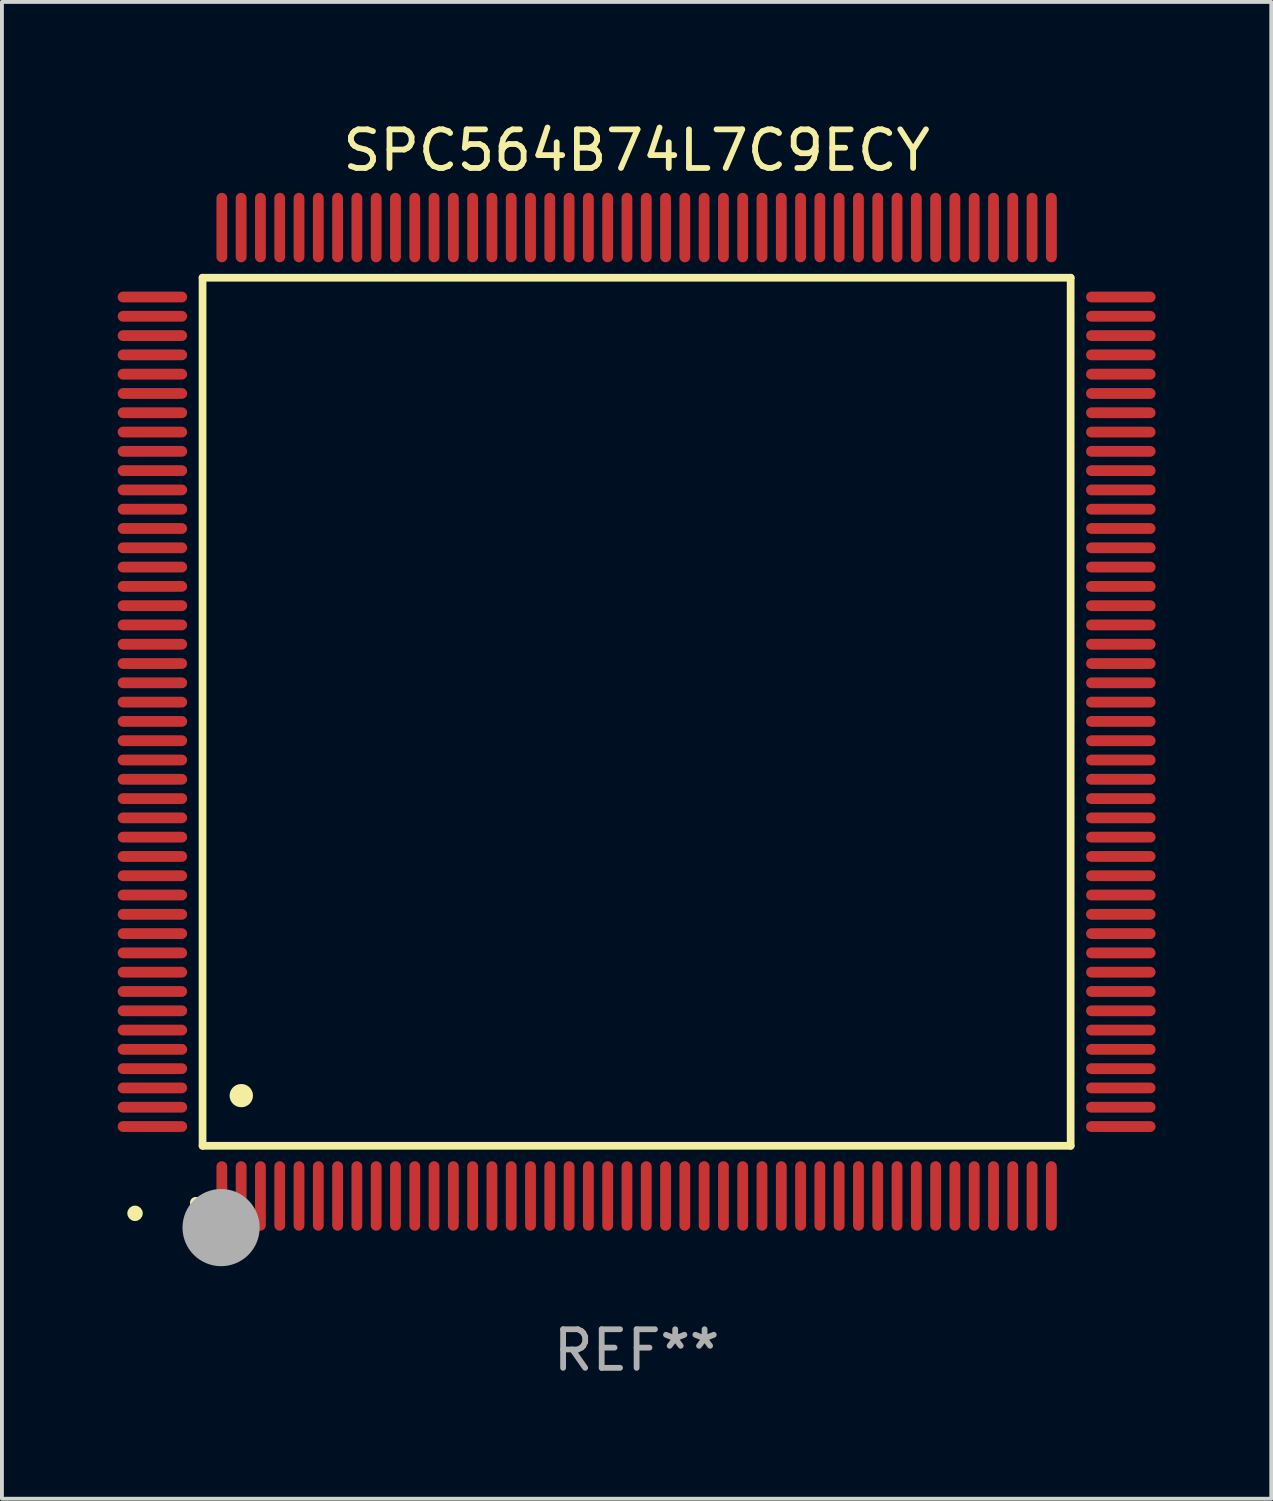
<source format=kicad_pcb>
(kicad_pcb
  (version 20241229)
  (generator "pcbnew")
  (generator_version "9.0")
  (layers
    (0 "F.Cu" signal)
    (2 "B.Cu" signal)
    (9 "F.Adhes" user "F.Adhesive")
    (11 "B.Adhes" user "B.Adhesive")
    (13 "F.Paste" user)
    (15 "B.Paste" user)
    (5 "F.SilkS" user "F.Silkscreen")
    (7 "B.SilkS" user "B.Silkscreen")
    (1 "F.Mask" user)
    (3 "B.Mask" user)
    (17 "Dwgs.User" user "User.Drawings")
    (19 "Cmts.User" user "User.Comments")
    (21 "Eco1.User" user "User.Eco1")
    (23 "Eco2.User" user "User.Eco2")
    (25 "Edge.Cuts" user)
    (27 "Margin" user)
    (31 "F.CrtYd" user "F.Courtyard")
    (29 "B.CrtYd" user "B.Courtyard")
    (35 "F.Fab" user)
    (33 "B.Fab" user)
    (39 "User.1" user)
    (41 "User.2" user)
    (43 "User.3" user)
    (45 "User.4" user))
  (footprint "SPC564B74L7C9ECY"
    (layer "F.Cu")
    (at 13.45 15.398)
    (property "Reference" "SPC564B74L7C9ECY" (at 0 -14.55 0) (layer "F.SilkS") (effects (font (size 1 1) (thickness 0.15))))
    (attr through_hole)
    (fp_line (start -11.25 -11.25) (end 11.25 -11.25) (stroke (width 0.2) (type solid)) (layer "F.SilkS"))
    (fp_line (start -11.25 11.25) (end -11.25 -11.25) (stroke (width 0.2) (type solid)) (layer "F.SilkS"))
    (fp_line (start 11.25 -11.25) (end 11.25 11.25) (stroke (width 0.2) (type solid)) (layer "F.SilkS"))
    (fp_line (start 11.25 11.25) (end -11.25 11.25) (stroke (width 0.2) (type solid)) (layer "F.SilkS"))
    (fp_arc (start -11.424943 12.725425) (mid -11.423673 12.72542) (end -11.422403 12.725425) (stroke (width 0.3) (type solid)) (layer "F.SilkS"))
    (fp_arc (start -10.24892 9.9492) (mid -10.24638 9.949189) (end -10.24384 9.9492) (stroke (width 0.6) (type solid)) (layer "F.SilkS"))
    (fp_circle (center -13 13) (end -12.9 13) (stroke (width 0.2) (type solid)) (fill no) (layer "F.SilkS"))
    (fp_circle (center -10.77 13.37) (end -10.27 13.37) (stroke (width 1) (type solid)) (fill no) (layer "F.Fab"))
    (fp_text user "REF**" (at 0 16.55 0) (layer "F.Fab") (effects (font (size 1 1) (thickness 0.15))))
    (pad "1" smd oval (at -10.75 12.55) (size 0.28 1.8) (layers "F.Cu" "F.Mask" "F.Paste"))
    (pad "2" smd oval (at -10.25 12.55) (size 0.28 1.8) (layers "F.Cu" "F.Mask" "F.Paste"))
    (pad "3" smd oval (at -9.75 12.55) (size 0.28 1.8) (layers "F.Cu" "F.Mask" "F.Paste"))
    (pad "4" smd oval (at -9.25 12.55) (size 0.28 1.8) (layers "F.Cu" "F.Mask" "F.Paste"))
    (pad "5" smd oval (at -8.75 12.55) (size 0.28 1.8) (layers "F.Cu" "F.Mask" "F.Paste"))
    (pad "6" smd oval (at -8.25 12.55) (size 0.28 1.8) (layers "F.Cu" "F.Mask" "F.Paste"))
    (pad "7" smd oval (at -7.75 12.55) (size 0.28 1.8) (layers "F.Cu" "F.Mask" "F.Paste"))
    (pad "8" smd oval (at -7.25 12.55) (size 0.28 1.8) (layers "F.Cu" "F.Mask" "F.Paste"))
    (pad "9" smd oval (at -6.75 12.55) (size 0.28 1.8) (layers "F.Cu" "F.Mask" "F.Paste"))
    (pad "10" smd oval (at -6.25 12.55) (size 0.28 1.8) (layers "F.Cu" "F.Mask" "F.Paste"))
    (pad "11" smd oval (at -5.75 12.55) (size 0.28 1.8) (layers "F.Cu" "F.Mask" "F.Paste"))
    (pad "12" smd oval (at -5.25 12.55) (size 0.28 1.8) (layers "F.Cu" "F.Mask" "F.Paste"))
    (pad "13" smd oval (at -4.75 12.55) (size 0.28 1.8) (layers "F.Cu" "F.Mask" "F.Paste"))
    (pad "14" smd oval (at -4.25 12.55) (size 0.28 1.8) (layers "F.Cu" "F.Mask" "F.Paste"))
    (pad "15" smd oval (at -3.75 12.55) (size 0.28 1.8) (layers "F.Cu" "F.Mask" "F.Paste"))
    (pad "16" smd oval (at -3.25 12.55) (size 0.28 1.8) (layers "F.Cu" "F.Mask" "F.Paste"))
    (pad "17" smd oval (at -2.75 12.55) (size 0.28 1.8) (layers "F.Cu" "F.Mask" "F.Paste"))
    (pad "18" smd oval (at -2.25 12.55) (size 0.28 1.8) (layers "F.Cu" "F.Mask" "F.Paste"))
    (pad "19" smd oval (at -1.75 12.55) (size 0.28 1.8) (layers "F.Cu" "F.Mask" "F.Paste"))
    (pad "20" smd oval (at -1.25 12.55) (size 0.28 1.8) (layers "F.Cu" "F.Mask" "F.Paste"))
    (pad "21" smd oval (at -0.75 12.55) (size 0.28 1.8) (layers "F.Cu" "F.Mask" "F.Paste"))
    (pad "22" smd oval (at -0.25 12.55) (size 0.28 1.8) (layers "F.Cu" "F.Mask" "F.Paste"))
    (pad "23" smd oval (at 0.25 12.55) (size 0.28 1.8) (layers "F.Cu" "F.Mask" "F.Paste"))
    (pad "24" smd oval (at 0.75 12.55) (size 0.28 1.8) (layers "F.Cu" "F.Mask" "F.Paste"))
    (pad "25" smd oval (at 1.25 12.55) (size 0.28 1.8) (layers "F.Cu" "F.Mask" "F.Paste"))
    (pad "26" smd oval (at 1.75 12.55) (size 0.28 1.8) (layers "F.Cu" "F.Mask" "F.Paste"))
    (pad "27" smd oval (at 2.25 12.55) (size 0.28 1.8) (layers "F.Cu" "F.Mask" "F.Paste"))
    (pad "28" smd oval (at 2.75 12.55) (size 0.28 1.8) (layers "F.Cu" "F.Mask" "F.Paste"))
    (pad "29" smd oval (at 3.25 12.55) (size 0.28 1.8) (layers "F.Cu" "F.Mask" "F.Paste"))
    (pad "30" smd oval (at 3.75 12.55) (size 0.28 1.8) (layers "F.Cu" "F.Mask" "F.Paste"))
    (pad "31" smd oval (at 4.25 12.55) (size 0.28 1.8) (layers "F.Cu" "F.Mask" "F.Paste"))
    (pad "32" smd oval (at 4.75 12.55) (size 0.28 1.8) (layers "F.Cu" "F.Mask" "F.Paste"))
    (pad "33" smd oval (at 5.25 12.55) (size 0.28 1.8) (layers "F.Cu" "F.Mask" "F.Paste"))
    (pad "34" smd oval (at 5.75 12.55) (size 0.28 1.8) (layers "F.Cu" "F.Mask" "F.Paste"))
    (pad "35" smd oval (at 6.25 12.55) (size 0.28 1.8) (layers "F.Cu" "F.Mask" "F.Paste"))
    (pad "36" smd oval (at 6.75 12.55) (size 0.28 1.8) (layers "F.Cu" "F.Mask" "F.Paste"))
    (pad "37" smd oval (at 7.25 12.55) (size 0.28 1.8) (layers "F.Cu" "F.Mask" "F.Paste"))
    (pad "38" smd oval (at 7.75 12.55) (size 0.28 1.8) (layers "F.Cu" "F.Mask" "F.Paste"))
    (pad "39" smd oval (at 8.25 12.55) (size 0.28 1.8) (layers "F.Cu" "F.Mask" "F.Paste"))
    (pad "40" smd oval (at 8.75 12.55) (size 0.28 1.8) (layers "F.Cu" "F.Mask" "F.Paste"))
    (pad "41" smd oval (at 9.25 12.55) (size 0.28 1.8) (layers "F.Cu" "F.Mask" "F.Paste"))
    (pad "42" smd oval (at 9.75 12.55) (size 0.28 1.8) (layers "F.Cu" "F.Mask" "F.Paste"))
    (pad "43" smd oval (at 10.25 12.55) (size 0.28 1.8) (layers "F.Cu" "F.Mask" "F.Paste"))
    (pad "44" smd oval (at 10.75 12.55) (size 0.28 1.8) (layers "F.Cu" "F.Mask" "F.Paste"))
    (pad "45" smd oval (at 12.55 10.75) (size 1.8 0.28) (layers "F.Cu" "F.Mask" "F.Paste"))
    (pad "46" smd oval (at 12.55 10.25) (size 1.8 0.28) (layers "F.Cu" "F.Mask" "F.Paste"))
    (pad "47" smd oval (at 12.55 9.75) (size 1.8 0.28) (layers "F.Cu" "F.Mask" "F.Paste"))
    (pad "48" smd oval (at 12.55 9.25) (size 1.8 0.28) (layers "F.Cu" "F.Mask" "F.Paste"))
    (pad "49" smd oval (at 12.55 8.75) (size 1.8 0.28) (layers "F.Cu" "F.Mask" "F.Paste"))
    (pad "50" smd oval (at 12.55 8.25) (size 1.8 0.28) (layers "F.Cu" "F.Mask" "F.Paste"))
    (pad "51" smd oval (at 12.55 7.75) (size 1.8 0.28) (layers "F.Cu" "F.Mask" "F.Paste"))
    (pad "52" smd oval (at 12.55 7.25) (size 1.8 0.28) (layers "F.Cu" "F.Mask" "F.Paste"))
    (pad "53" smd oval (at 12.55 6.75) (size 1.8 0.28) (layers "F.Cu" "F.Mask" "F.Paste"))
    (pad "54" smd oval (at 12.55 6.25) (size 1.8 0.28) (layers "F.Cu" "F.Mask" "F.Paste"))
    (pad "55" smd oval (at 12.55 5.75) (size 1.8 0.28) (layers "F.Cu" "F.Mask" "F.Paste"))
    (pad "56" smd oval (at 12.55 5.25) (size 1.8 0.28) (layers "F.Cu" "F.Mask" "F.Paste"))
    (pad "57" smd oval (at 12.55 4.75) (size 1.8 0.28) (layers "F.Cu" "F.Mask" "F.Paste"))
    (pad "58" smd oval (at 12.55 4.25) (size 1.8 0.28) (layers "F.Cu" "F.Mask" "F.Paste"))
    (pad "59" smd oval (at 12.55 3.75) (size 1.8 0.28) (layers "F.Cu" "F.Mask" "F.Paste"))
    (pad "60" smd oval (at 12.55 3.25) (size 1.8 0.28) (layers "F.Cu" "F.Mask" "F.Paste"))
    (pad "61" smd oval (at 12.55 2.75) (size 1.8 0.28) (layers "F.Cu" "F.Mask" "F.Paste"))
    (pad "62" smd oval (at 12.55 2.25) (size 1.8 0.28) (layers "F.Cu" "F.Mask" "F.Paste"))
    (pad "63" smd oval (at 12.55 1.75) (size 1.8 0.28) (layers "F.Cu" "F.Mask" "F.Paste"))
    (pad "64" smd oval (at 12.55 1.25) (size 1.8 0.28) (layers "F.Cu" "F.Mask" "F.Paste"))
    (pad "65" smd oval (at 12.55 0.75) (size 1.8 0.28) (layers "F.Cu" "F.Mask" "F.Paste"))
    (pad "66" smd oval (at 12.55 0.25) (size 1.8 0.28) (layers "F.Cu" "F.Mask" "F.Paste"))
    (pad "67" smd oval (at 12.55 -0.25) (size 1.8 0.28) (layers "F.Cu" "F.Mask" "F.Paste"))
    (pad "68" smd oval (at 12.55 -0.75) (size 1.8 0.28) (layers "F.Cu" "F.Mask" "F.Paste"))
    (pad "69" smd oval (at 12.55 -1.25) (size 1.8 0.28) (layers "F.Cu" "F.Mask" "F.Paste"))
    (pad "70" smd oval (at 12.55 -1.75) (size 1.8 0.28) (layers "F.Cu" "F.Mask" "F.Paste"))
    (pad "71" smd oval (at 12.55 -2.25) (size 1.8 0.28) (layers "F.Cu" "F.Mask" "F.Paste"))
    (pad "72" smd oval (at 12.55 -2.75) (size 1.8 0.28) (layers "F.Cu" "F.Mask" "F.Paste"))
    (pad "73" smd oval (at 12.55 -3.25) (size 1.8 0.28) (layers "F.Cu" "F.Mask" "F.Paste"))
    (pad "74" smd oval (at 12.55 -3.75) (size 1.8 0.28) (layers "F.Cu" "F.Mask" "F.Paste"))
    (pad "75" smd oval (at 12.55 -4.25) (size 1.8 0.28) (layers "F.Cu" "F.Mask" "F.Paste"))
    (pad "76" smd oval (at 12.55 -4.75) (size 1.8 0.28) (layers "F.Cu" "F.Mask" "F.Paste"))
    (pad "77" smd oval (at 12.55 -5.25) (size 1.8 0.28) (layers "F.Cu" "F.Mask" "F.Paste"))
    (pad "78" smd oval (at 12.55 -5.75) (size 1.8 0.28) (layers "F.Cu" "F.Mask" "F.Paste"))
    (pad "79" smd oval (at 12.55 -6.25) (size 1.8 0.28) (layers "F.Cu" "F.Mask" "F.Paste"))
    (pad "80" smd oval (at 12.55 -6.75) (size 1.8 0.28) (layers "F.Cu" "F.Mask" "F.Paste"))
    (pad "81" smd oval (at 12.55 -7.25) (size 1.8 0.28) (layers "F.Cu" "F.Mask" "F.Paste"))
    (pad "82" smd oval (at 12.55 -7.75) (size 1.8 0.28) (layers "F.Cu" "F.Mask" "F.Paste"))
    (pad "83" smd oval (at 12.55 -8.25) (size 1.8 0.28) (layers "F.Cu" "F.Mask" "F.Paste"))
    (pad "84" smd oval (at 12.55 -8.75) (size 1.8 0.28) (layers "F.Cu" "F.Mask" "F.Paste"))
    (pad "85" smd oval (at 12.55 -9.25) (size 1.8 0.28) (layers "F.Cu" "F.Mask" "F.Paste"))
    (pad "86" smd oval (at 12.55 -9.75) (size 1.8 0.28) (layers "F.Cu" "F.Mask" "F.Paste"))
    (pad "87" smd oval (at 12.55 -10.25) (size 1.8 0.28) (layers "F.Cu" "F.Mask" "F.Paste"))
    (pad "88" smd oval (at 12.55 -10.75) (size 1.8 0.28) (layers "F.Cu" "F.Mask" "F.Paste"))
    (pad "89" smd oval (at 10.75 -12.55) (size 0.28 1.8) (layers "F.Cu" "F.Mask" "F.Paste"))
    (pad "90" smd oval (at 10.25 -12.55) (size 0.28 1.8) (layers "F.Cu" "F.Mask" "F.Paste"))
    (pad "91" smd oval (at 9.75 -12.55) (size 0.28 1.8) (layers "F.Cu" "F.Mask" "F.Paste"))
    (pad "92" smd oval (at 9.25 -12.55) (size 0.28 1.8) (layers "F.Cu" "F.Mask" "F.Paste"))
    (pad "93" smd oval (at 8.75 -12.55) (size 0.28 1.8) (layers "F.Cu" "F.Mask" "F.Paste"))
    (pad "94" smd oval (at 8.25 -12.55) (size 0.28 1.8) (layers "F.Cu" "F.Mask" "F.Paste"))
    (pad "95" smd oval (at 7.75 -12.55) (size 0.28 1.8) (layers "F.Cu" "F.Mask" "F.Paste"))
    (pad "96" smd oval (at 7.25 -12.55) (size 0.28 1.8) (layers "F.Cu" "F.Mask" "F.Paste"))
    (pad "97" smd oval (at 6.75 -12.55) (size 0.28 1.8) (layers "F.Cu" "F.Mask" "F.Paste"))
    (pad "98" smd oval (at 6.25 -12.55) (size 0.28 1.8) (layers "F.Cu" "F.Mask" "F.Paste"))
    (pad "99" smd oval (at 5.75 -12.55) (size 0.28 1.8) (layers "F.Cu" "F.Mask" "F.Paste"))
    (pad "100" smd oval (at 5.25 -12.55) (size 0.28 1.8) (layers "F.Cu" "F.Mask" "F.Paste"))
    (pad "101" smd oval (at 4.75 -12.55) (size 0.28 1.8) (layers "F.Cu" "F.Mask" "F.Paste"))
    (pad "102" smd oval (at 4.25 -12.55) (size 0.28 1.8) (layers "F.Cu" "F.Mask" "F.Paste"))
    (pad "103" smd oval (at 3.75 -12.55) (size 0.28 1.8) (layers "F.Cu" "F.Mask" "F.Paste"))
    (pad "104" smd oval (at 3.25 -12.55) (size 0.28 1.8) (layers "F.Cu" "F.Mask" "F.Paste"))
    (pad "105" smd oval (at 2.75 -12.55) (size 0.28 1.8) (layers "F.Cu" "F.Mask" "F.Paste"))
    (pad "106" smd oval (at 2.25 -12.55) (size 0.28 1.8) (layers "F.Cu" "F.Mask" "F.Paste"))
    (pad "107" smd oval (at 1.75 -12.55) (size 0.28 1.8) (layers "F.Cu" "F.Mask" "F.Paste"))
    (pad "108" smd oval (at 1.25 -12.55) (size 0.28 1.8) (layers "F.Cu" "F.Mask" "F.Paste"))
    (pad "109" smd oval (at 0.75 -12.55) (size 0.28 1.8) (layers "F.Cu" "F.Mask" "F.Paste"))
    (pad "110" smd oval (at 0.25 -12.55) (size 0.28 1.8) (layers "F.Cu" "F.Mask" "F.Paste"))
    (pad "111" smd oval (at -0.25 -12.55) (size 0.28 1.8) (layers "F.Cu" "F.Mask" "F.Paste"))
    (pad "112" smd oval (at -0.75 -12.55) (size 0.28 1.8) (layers "F.Cu" "F.Mask" "F.Paste"))
    (pad "113" smd oval (at -1.25 -12.55) (size 0.28 1.8) (layers "F.Cu" "F.Mask" "F.Paste"))
    (pad "114" smd oval (at -1.75 -12.55) (size 0.28 1.8) (layers "F.Cu" "F.Mask" "F.Paste"))
    (pad "115" smd oval (at -2.25 -12.55) (size 0.28 1.8) (layers "F.Cu" "F.Mask" "F.Paste"))
    (pad "116" smd oval (at -2.75 -12.55) (size 0.28 1.8) (layers "F.Cu" "F.Mask" "F.Paste"))
    (pad "117" smd oval (at -3.25 -12.55) (size 0.28 1.8) (layers "F.Cu" "F.Mask" "F.Paste"))
    (pad "118" smd oval (at -3.75 -12.55) (size 0.28 1.8) (layers "F.Cu" "F.Mask" "F.Paste"))
    (pad "119" smd oval (at -4.25 -12.55) (size 0.28 1.8) (layers "F.Cu" "F.Mask" "F.Paste"))
    (pad "120" smd oval (at -4.75 -12.55) (size 0.28 1.8) (layers "F.Cu" "F.Mask" "F.Paste"))
    (pad "121" smd oval (at -5.25 -12.55) (size 0.28 1.8) (layers "F.Cu" "F.Mask" "F.Paste"))
    (pad "122" smd oval (at -5.75 -12.55) (size 0.28 1.8) (layers "F.Cu" "F.Mask" "F.Paste"))
    (pad "123" smd oval (at -6.25 -12.55) (size 0.28 1.8) (layers "F.Cu" "F.Mask" "F.Paste"))
    (pad "124" smd oval (at -6.75 -12.55) (size 0.28 1.8) (layers "F.Cu" "F.Mask" "F.Paste"))
    (pad "125" smd oval (at -7.25 -12.55) (size 0.28 1.8) (layers "F.Cu" "F.Mask" "F.Paste"))
    (pad "126" smd oval (at -7.75 -12.55) (size 0.28 1.8) (layers "F.Cu" "F.Mask" "F.Paste"))
    (pad "127" smd oval (at -8.25 -12.55) (size 0.28 1.8) (layers "F.Cu" "F.Mask" "F.Paste"))
    (pad "128" smd oval (at -8.75 -12.55) (size 0.28 1.8) (layers "F.Cu" "F.Mask" "F.Paste"))
    (pad "129" smd oval (at -9.25 -12.55) (size 0.28 1.8) (layers "F.Cu" "F.Mask" "F.Paste"))
    (pad "130" smd oval (at -9.75 -12.55) (size 0.28 1.8) (layers "F.Cu" "F.Mask" "F.Paste"))
    (pad "131" smd oval (at -10.25 -12.55) (size 0.28 1.8) (layers "F.Cu" "F.Mask" "F.Paste"))
    (pad "132" smd oval (at -10.75 -12.55) (size 0.28 1.8) (layers "F.Cu" "F.Mask" "F.Paste"))
    (pad "133" smd oval (at -12.55 -10.75) (size 1.8 0.28) (layers "F.Cu" "F.Mask" "F.Paste"))
    (pad "134" smd oval (at -12.55 -10.25) (size 1.8 0.28) (layers "F.Cu" "F.Mask" "F.Paste"))
    (pad "135" smd oval (at -12.55 -9.75) (size 1.8 0.28) (layers "F.Cu" "F.Mask" "F.Paste"))
    (pad "136" smd oval (at -12.55 -9.25) (size 1.8 0.28) (layers "F.Cu" "F.Mask" "F.Paste"))
    (pad "137" smd oval (at -12.55 -8.75) (size 1.8 0.28) (layers "F.Cu" "F.Mask" "F.Paste"))
    (pad "138" smd oval (at -12.55 -8.25) (size 1.8 0.28) (layers "F.Cu" "F.Mask" "F.Paste"))
    (pad "139" smd oval (at -12.55 -7.75) (size 1.8 0.28) (layers "F.Cu" "F.Mask" "F.Paste"))
    (pad "140" smd oval (at -12.55 -7.25) (size 1.8 0.28) (layers "F.Cu" "F.Mask" "F.Paste"))
    (pad "141" smd oval (at -12.55 -6.75) (size 1.8 0.28) (layers "F.Cu" "F.Mask" "F.Paste"))
    (pad "142" smd oval (at -12.55 -6.25) (size 1.8 0.28) (layers "F.Cu" "F.Mask" "F.Paste"))
    (pad "143" smd oval (at -12.55 -5.75) (size 1.8 0.28) (layers "F.Cu" "F.Mask" "F.Paste"))
    (pad "144" smd oval (at -12.55 -5.25) (size 1.8 0.28) (layers "F.Cu" "F.Mask" "F.Paste"))
    (pad "145" smd oval (at -12.55 -4.75) (size 1.8 0.28) (layers "F.Cu" "F.Mask" "F.Paste"))
    (pad "146" smd oval (at -12.55 -4.25) (size 1.8 0.28) (layers "F.Cu" "F.Mask" "F.Paste"))
    (pad "147" smd oval (at -12.55 -3.75) (size 1.8 0.28) (layers "F.Cu" "F.Mask" "F.Paste"))
    (pad "148" smd oval (at -12.55 -3.25) (size 1.8 0.28) (layers "F.Cu" "F.Mask" "F.Paste"))
    (pad "149" smd oval (at -12.55 -2.75) (size 1.8 0.28) (layers "F.Cu" "F.Mask" "F.Paste"))
    (pad "150" smd oval (at -12.55 -2.25) (size 1.8 0.28) (layers "F.Cu" "F.Mask" "F.Paste"))
    (pad "151" smd oval (at -12.55 -1.75) (size 1.8 0.28) (layers "F.Cu" "F.Mask" "F.Paste"))
    (pad "152" smd oval (at -12.55 -1.25) (size 1.8 0.28) (layers "F.Cu" "F.Mask" "F.Paste"))
    (pad "153" smd oval (at -12.55 -0.75) (size 1.8 0.28) (layers "F.Cu" "F.Mask" "F.Paste"))
    (pad "154" smd oval (at -12.55 -0.25) (size 1.8 0.28) (layers "F.Cu" "F.Mask" "F.Paste"))
    (pad "155" smd oval (at -12.55 0.25) (size 1.8 0.28) (layers "F.Cu" "F.Mask" "F.Paste"))
    (pad "156" smd oval (at -12.55 0.75) (size 1.8 0.28) (layers "F.Cu" "F.Mask" "F.Paste"))
    (pad "157" smd oval (at -12.55 1.25) (size 1.8 0.28) (layers "F.Cu" "F.Mask" "F.Paste"))
    (pad "158" smd oval (at -12.55 1.75) (size 1.8 0.28) (layers "F.Cu" "F.Mask" "F.Paste"))
    (pad "159" smd oval (at -12.55 2.25) (size 1.8 0.28) (layers "F.Cu" "F.Mask" "F.Paste"))
    (pad "160" smd oval (at -12.55 2.75) (size 1.8 0.28) (layers "F.Cu" "F.Mask" "F.Paste"))
    (pad "161" smd oval (at -12.55 3.25) (size 1.8 0.28) (layers "F.Cu" "F.Mask" "F.Paste"))
    (pad "162" smd oval (at -12.55 3.75) (size 1.8 0.28) (layers "F.Cu" "F.Mask" "F.Paste"))
    (pad "163" smd oval (at -12.55 4.25) (size 1.8 0.28) (layers "F.Cu" "F.Mask" "F.Paste"))
    (pad "164" smd oval (at -12.55 4.75) (size 1.8 0.28) (layers "F.Cu" "F.Mask" "F.Paste"))
    (pad "165" smd oval (at -12.55 5.25) (size 1.8 0.28) (layers "F.Cu" "F.Mask" "F.Paste"))
    (pad "166" smd oval (at -12.55 5.75) (size 1.8 0.28) (layers "F.Cu" "F.Mask" "F.Paste"))
    (pad "167" smd oval (at -12.55 6.25) (size 1.8 0.28) (layers "F.Cu" "F.Mask" "F.Paste"))
    (pad "168" smd oval (at -12.55 6.75) (size 1.8 0.28) (layers "F.Cu" "F.Mask" "F.Paste"))
    (pad "169" smd oval (at -12.55 7.25) (size 1.8 0.28) (layers "F.Cu" "F.Mask" "F.Paste"))
    (pad "170" smd oval (at -12.55 7.75) (size 1.8 0.28) (layers "F.Cu" "F.Mask" "F.Paste"))
    (pad "171" smd oval (at -12.55 8.25) (size 1.8 0.28) (layers "F.Cu" "F.Mask" "F.Paste"))
    (pad "172" smd oval (at -12.55 8.75) (size 1.8 0.28) (layers "F.Cu" "F.Mask" "F.Paste"))
    (pad "173" smd oval (at -12.55 9.25) (size 1.8 0.28) (layers "F.Cu" "F.Mask" "F.Paste"))
    (pad "174" smd oval (at -12.55 9.75) (size 1.8 0.28) (layers "F.Cu" "F.Mask" "F.Paste"))
    (pad "175" smd oval (at -12.55 10.25) (size 1.8 0.28) (layers "F.Cu" "F.Mask" "F.Paste"))
    (pad "176" smd oval (at -12.55 10.75) (size 1.8 0.28) (layers "F.Cu" "F.Mask" "F.Paste")))
  (gr_rect
    (start -3 -3)
    (end 29.9 35.796)
    (stroke (width 0.1) (type default))
    (fill no)
    (layer "Edge.Cuts")))
</source>
